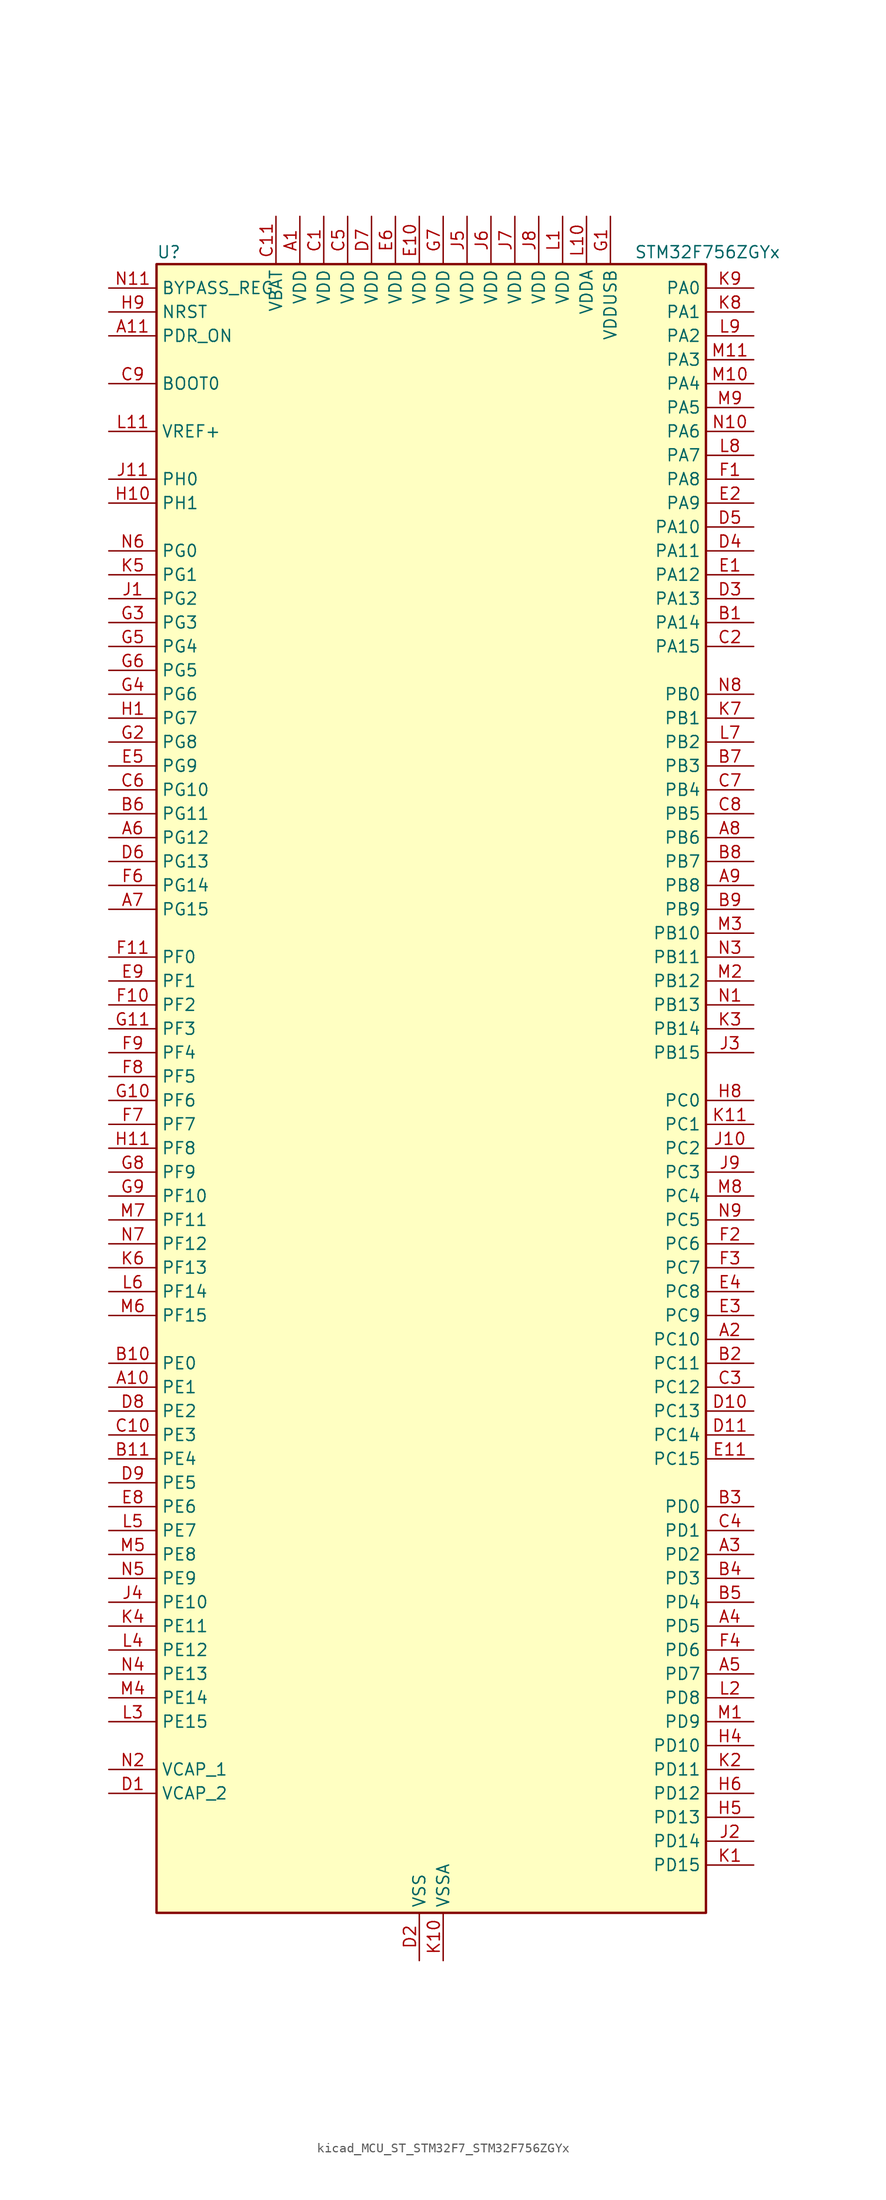
<source format=kicad_sym>
(kicad_symbol_lib
  (version 20220914)
  (generator kicad_symbol_editor)
  (symbol "kicad_MCU_ST_STM32F7_STM32F756ZGYx"
    (property "Reference" "U"
      (at -27.94 90.17 0)
      (effects (font (size 1.27 1.27)) (justify left)))
    (property "Value" "STM32F756ZGYx"
      (at 22.86 90.17 0)
      (effects (font (size 1.27 1.27)) (justify left)))
    (property "ki_locked" ""
      (at 0 0 0)
      (effects (font (size 1.27 1.27))))
    (symbol "kicad_MCU_ST_STM32F7_STM32F756ZGYx_0_1"
      (rectangle (start -27.94 -86.36) (end 30.48 88.9) (stroke (width 0.254) (type default)) (fill (type background))))
    (symbol "kicad_MCU_ST_STM32F7_STM32F756ZGYx_1_1"
      (pin power_in line (at -12.7 93.98 270) (length 5.08) (name "VDD" (effects (font (size 1.27 1.27)))) (number "A1" (effects (font (size 1.27 1.27)))))
      (pin bidirectional line (at -33.02 -30.48 0) (length 5.08) (name "PE1" (effects (font (size 1.27 1.27)))) (number "A10" (effects (font (size 1.27 1.27)))) (alternate "DCMI_D3" bidirectional line) (alternate "FMC_NBL1" bidirectional line) (alternate "LPTIM1_IN2" bidirectional line) (alternate "UART8_TX" bidirectional line))
      (pin input line (at -33.02 81.28 0) (length 5.08) (name "PDR_ON" (effects (font (size 1.27 1.27)))) (number "A11" (effects (font (size 1.27 1.27)))))
      (pin bidirectional line (at 35.56 -25.4 180) (length 5.08) (name "PC10" (effects (font (size 1.27 1.27)))) (number "A2" (effects (font (size 1.27 1.27)))) (alternate "DCMI_D8" bidirectional line) (alternate "I2S3_CK" bidirectional line) (alternate "LTDC_R2" bidirectional line) (alternate "QUADSPI_BK1_IO1" bidirectional line) (alternate "SDMMC1_D2" bidirectional line) (alternate "SPI3_SCK" bidirectional line) (alternate "UART4_TX" bidirectional line) (alternate "USART3_TX" bidirectional line))
      (pin bidirectional line (at 35.56 -48.26 180) (length 5.08) (name "PD2" (effects (font (size 1.27 1.27)))) (number "A3" (effects (font (size 1.27 1.27)))) (alternate "DCMI_D11" bidirectional line) (alternate "SDMMC1_CMD" bidirectional line) (alternate "SYS_TRACED2" bidirectional line) (alternate "TIM3_ETR" bidirectional line) (alternate "UART5_RX" bidirectional line))
      (pin bidirectional line (at 35.56 -55.88 180) (length 5.08) (name "PD5" (effects (font (size 1.27 1.27)))) (number "A4" (effects (font (size 1.27 1.27)))) (alternate "FMC_NWE" bidirectional line) (alternate "USART2_TX" bidirectional line))
      (pin bidirectional line (at 35.56 -60.96 180) (length 5.08) (name "PD7" (effects (font (size 1.27 1.27)))) (number "A5" (effects (font (size 1.27 1.27)))) (alternate "FMC_NE1" bidirectional line) (alternate "SPDIFRX_IN0" bidirectional line) (alternate "USART2_CK" bidirectional line))
      (pin bidirectional line (at -33.02 27.94 0) (length 5.08) (name "PG12" (effects (font (size 1.27 1.27)))) (number "A6" (effects (font (size 1.27 1.27)))) (alternate "FMC_NE4" bidirectional line) (alternate "LPTIM1_IN1" bidirectional line) (alternate "LTDC_B1" bidirectional line) (alternate "LTDC_B4" bidirectional line) (alternate "SPDIFRX_IN1" bidirectional line) (alternate "SPI6_MISO" bidirectional line) (alternate "USART6_DE" bidirectional line) (alternate "USART6_RTS" bidirectional line))
      (pin bidirectional line (at -33.02 20.32 0) (length 5.08) (name "PG15" (effects (font (size 1.27 1.27)))) (number "A7" (effects (font (size 1.27 1.27)))) (alternate "DCMI_D13" bidirectional line) (alternate "FMC_SDNCAS" bidirectional line) (alternate "USART6_CTS" bidirectional line))
      (pin bidirectional line (at 35.56 27.94 180) (length 5.08) (name "PB6" (effects (font (size 1.27 1.27)))) (number "A8" (effects (font (size 1.27 1.27)))) (alternate "CAN2_TX" bidirectional line) (alternate "CEC" bidirectional line) (alternate "DCMI_D5" bidirectional line) (alternate "FMC_SDNE1" bidirectional line) (alternate "I2C1_SCL" bidirectional line) (alternate "QUADSPI_BK1_NCS" bidirectional line) (alternate "TIM4_CH1" bidirectional line) (alternate "USART1_TX" bidirectional line))
      (pin bidirectional line (at 35.56 22.86 180) (length 5.08) (name "PB8" (effects (font (size 1.27 1.27)))) (number "A9" (effects (font (size 1.27 1.27)))) (alternate "CAN1_RX" bidirectional line) (alternate "DCMI_D6" bidirectional line) (alternate "ETH_TXD3" bidirectional line) (alternate "I2C1_SCL" bidirectional line) (alternate "LTDC_B6" bidirectional line) (alternate "SDMMC1_D4" bidirectional line) (alternate "TIM10_CH1" bidirectional line) (alternate "TIM4_CH3" bidirectional line))
      (pin bidirectional line (at 35.56 50.8 180) (length 5.08) (name "PA14" (effects (font (size 1.27 1.27)))) (number "B1" (effects (font (size 1.27 1.27)))) (alternate "SYS_JTCK-SWCLK" bidirectional line))
      (pin bidirectional line (at -33.02 -27.94 0) (length 5.08) (name "PE0" (effects (font (size 1.27 1.27)))) (number "B10" (effects (font (size 1.27 1.27)))) (alternate "DCMI_D2" bidirectional line) (alternate "FMC_NBL0" bidirectional line) (alternate "LPTIM1_ETR" bidirectional line) (alternate "SAI2_MCLK_A" bidirectional line) (alternate "TIM4_ETR" bidirectional line) (alternate "UART8_RX" bidirectional line))
      (pin bidirectional line (at -33.02 -38.1 0) (length 5.08) (name "PE4" (effects (font (size 1.27 1.27)))) (number "B11" (effects (font (size 1.27 1.27)))) (alternate "DCMI_D4" bidirectional line) (alternate "FMC_A20" bidirectional line) (alternate "LTDC_B0" bidirectional line) (alternate "SAI1_FS_A" bidirectional line) (alternate "SPI4_NSS" bidirectional line) (alternate "SYS_TRACED1" bidirectional line))
      (pin bidirectional line (at 35.56 -27.94 180) (length 5.08) (name "PC11" (effects (font (size 1.27 1.27)))) (number "B2" (effects (font (size 1.27 1.27)))) (alternate "ADC1_EXTI11" bidirectional line) (alternate "ADC2_EXTI11" bidirectional line) (alternate "ADC3_EXTI11" bidirectional line) (alternate "DCMI_D4" bidirectional line) (alternate "QUADSPI_BK2_NCS" bidirectional line) (alternate "SDMMC1_D3" bidirectional line) (alternate "SPI3_MISO" bidirectional line) (alternate "UART4_RX" bidirectional line) (alternate "USART3_RX" bidirectional line))
      (pin bidirectional line (at 35.56 -43.18 180) (length 5.08) (name "PD0" (effects (font (size 1.27 1.27)))) (number "B3" (effects (font (size 1.27 1.27)))) (alternate "CAN1_RX" bidirectional line) (alternate "FMC_D2" bidirectional line) (alternate "FMC_DA2" bidirectional line))
      (pin bidirectional line (at 35.56 -50.8 180) (length 5.08) (name "PD3" (effects (font (size 1.27 1.27)))) (number "B4" (effects (font (size 1.27 1.27)))) (alternate "DCMI_D5" bidirectional line) (alternate "FMC_CLK" bidirectional line) (alternate "I2S2_CK" bidirectional line) (alternate "LTDC_G7" bidirectional line) (alternate "SPI2_SCK" bidirectional line) (alternate "USART2_CTS" bidirectional line))
      (pin bidirectional line (at 35.56 -53.34 180) (length 5.08) (name "PD4" (effects (font (size 1.27 1.27)))) (number "B5" (effects (font (size 1.27 1.27)))) (alternate "FMC_NOE" bidirectional line) (alternate "USART2_DE" bidirectional line) (alternate "USART2_RTS" bidirectional line))
      (pin bidirectional line (at -33.02 30.48 0) (length 5.08) (name "PG11" (effects (font (size 1.27 1.27)))) (number "B6" (effects (font (size 1.27 1.27)))) (alternate "ADC1_EXTI11" bidirectional line) (alternate "ADC2_EXTI11" bidirectional line) (alternate "ADC3_EXTI11" bidirectional line) (alternate "DCMI_D3" bidirectional line) (alternate "ETH_TX_EN" bidirectional line) (alternate "LTDC_B3" bidirectional line) (alternate "SPDIFRX_IN0" bidirectional line))
      (pin bidirectional line (at 35.56 35.56 180) (length 5.08) (name "PB3" (effects (font (size 1.27 1.27)))) (number "B7" (effects (font (size 1.27 1.27)))) (alternate "I2S1_CK" bidirectional line) (alternate "I2S3_CK" bidirectional line) (alternate "SPI1_SCK" bidirectional line) (alternate "SPI3_SCK" bidirectional line) (alternate "SYS_JTDO-SWO" bidirectional line) (alternate "TIM2_CH2" bidirectional line))
      (pin bidirectional line (at 35.56 25.4 180) (length 5.08) (name "PB7" (effects (font (size 1.27 1.27)))) (number "B8" (effects (font (size 1.27 1.27)))) (alternate "DCMI_VSYNC" bidirectional line) (alternate "FMC_NL" bidirectional line) (alternate "I2C1_SDA" bidirectional line) (alternate "TIM4_CH2" bidirectional line) (alternate "USART1_RX" bidirectional line))
      (pin bidirectional line (at 35.56 20.32 180) (length 5.08) (name "PB9" (effects (font (size 1.27 1.27)))) (number "B9" (effects (font (size 1.27 1.27)))) (alternate "CAN1_TX" bidirectional line) (alternate "DAC_EXTI9" bidirectional line) (alternate "DCMI_D7" bidirectional line) (alternate "I2C1_SDA" bidirectional line) (alternate "I2S2_WS" bidirectional line) (alternate "LTDC_B7" bidirectional line) (alternate "SDMMC1_D5" bidirectional line) (alternate "SPI2_NSS" bidirectional line) (alternate "TIM11_CH1" bidirectional line) (alternate "TIM4_CH4" bidirectional line))
      (pin power_in line (at -10.16 93.98 270) (length 5.08) (name "VDD" (effects (font (size 1.27 1.27)))) (number "C1" (effects (font (size 1.27 1.27)))))
      (pin bidirectional line (at -33.02 -35.56 0) (length 5.08) (name "PE3" (effects (font (size 1.27 1.27)))) (number "C10" (effects (font (size 1.27 1.27)))) (alternate "FMC_A19" bidirectional line) (alternate "SAI1_SD_B" bidirectional line) (alternate "SYS_TRACED0" bidirectional line))
      (pin power_in line (at -15.24 93.98 270) (length 5.08) (name "VBAT" (effects (font (size 1.27 1.27)))) (number "C11" (effects (font (size 1.27 1.27)))))
      (pin bidirectional line (at 35.56 48.26 180) (length 5.08) (name "PA15" (effects (font (size 1.27 1.27)))) (number "C2" (effects (font (size 1.27 1.27)))) (alternate "CEC" bidirectional line) (alternate "I2S1_WS" bidirectional line) (alternate "I2S3_WS" bidirectional line) (alternate "SPI1_NSS" bidirectional line) (alternate "SPI3_NSS" bidirectional line) (alternate "SYS_JTDI" bidirectional line) (alternate "TIM2_CH1" bidirectional line) (alternate "TIM2_ETR" bidirectional line) (alternate "UART4_DE" bidirectional line) (alternate "UART4_RTS" bidirectional line))
      (pin bidirectional line (at 35.56 -30.48 180) (length 5.08) (name "PC12" (effects (font (size 1.27 1.27)))) (number "C3" (effects (font (size 1.27 1.27)))) (alternate "DCMI_D9" bidirectional line) (alternate "I2S3_SD" bidirectional line) (alternate "SDMMC1_CK" bidirectional line) (alternate "SPI3_MOSI" bidirectional line) (alternate "SYS_TRACED3" bidirectional line) (alternate "UART5_TX" bidirectional line) (alternate "USART3_CK" bidirectional line))
      (pin bidirectional line (at 35.56 -45.72 180) (length 5.08) (name "PD1" (effects (font (size 1.27 1.27)))) (number "C4" (effects (font (size 1.27 1.27)))) (alternate "CAN1_TX" bidirectional line) (alternate "FMC_D3" bidirectional line) (alternate "FMC_DA3" bidirectional line))
      (pin power_in line (at -7.62 93.98 270) (length 5.08) (name "VDD" (effects (font (size 1.27 1.27)))) (number "C5" (effects (font (size 1.27 1.27)))))
      (pin bidirectional line (at -33.02 33.02 0) (length 5.08) (name "PG10" (effects (font (size 1.27 1.27)))) (number "C6" (effects (font (size 1.27 1.27)))) (alternate "DCMI_D2" bidirectional line) (alternate "FMC_NE3" bidirectional line) (alternate "LTDC_B2" bidirectional line) (alternate "LTDC_G3" bidirectional line) (alternate "SAI2_SD_B" bidirectional line))
      (pin bidirectional line (at 35.56 33.02 180) (length 5.08) (name "PB4" (effects (font (size 1.27 1.27)))) (number "C7" (effects (font (size 1.27 1.27)))) (alternate "I2S2_WS" bidirectional line) (alternate "SPI1_MISO" bidirectional line) (alternate "SPI2_NSS" bidirectional line) (alternate "SPI3_MISO" bidirectional line) (alternate "SYS_JTRST" bidirectional line) (alternate "TIM3_CH1" bidirectional line))
      (pin bidirectional line (at 35.56 30.48 180) (length 5.08) (name "PB5" (effects (font (size 1.27 1.27)))) (number "C8" (effects (font (size 1.27 1.27)))) (alternate "CAN2_RX" bidirectional line) (alternate "DCMI_D10" bidirectional line) (alternate "ETH_PPS_OUT" bidirectional line) (alternate "FMC_SDCKE1" bidirectional line) (alternate "I2C1_SMBA" bidirectional line) (alternate "I2S1_SD" bidirectional line) (alternate "I2S3_SD" bidirectional line) (alternate "SPI1_MOSI" bidirectional line) (alternate "SPI3_MOSI" bidirectional line) (alternate "TIM3_CH2" bidirectional line) (alternate "USB_OTG_HS_ULPI_D7" bidirectional line))
      (pin input line (at -33.02 76.2 0) (length 5.08) (name "BOOT0" (effects (font (size 1.27 1.27)))) (number "C9" (effects (font (size 1.27 1.27)))))
      (pin power_out line (at -33.02 -73.66 0) (length 5.08) (name "VCAP_2" (effects (font (size 1.27 1.27)))) (number "D1" (effects (font (size 1.27 1.27)))))
      (pin bidirectional line (at 35.56 -33.02 180) (length 5.08) (name "PC13" (effects (font (size 1.27 1.27)))) (number "D10" (effects (font (size 1.27 1.27)))) (alternate "RTC_OUT" bidirectional line) (alternate "RTC_TAMP1" bidirectional line) (alternate "RTC_TS" bidirectional line) (alternate "SYS_WKUP4" bidirectional line))
      (pin bidirectional line (at 35.56 -35.56 180) (length 5.08) (name "PC14" (effects (font (size 1.27 1.27)))) (number "D11" (effects (font (size 1.27 1.27)))) (alternate "RCC_OSC32_IN" bidirectional line))
      (pin power_in line (at 0 -91.44 90) (length 5.08) (name "VSS" (effects (font (size 1.27 1.27)))) (number "D2" (effects (font (size 1.27 1.27)))))
      (pin bidirectional line (at 35.56 53.34 180) (length 5.08) (name "PA13" (effects (font (size 1.27 1.27)))) (number "D3" (effects (font (size 1.27 1.27)))) (alternate "SYS_JTMS-SWDIO" bidirectional line))
      (pin bidirectional line (at 35.56 58.42 180) (length 5.08) (name "PA11" (effects (font (size 1.27 1.27)))) (number "D4" (effects (font (size 1.27 1.27)))) (alternate "ADC1_EXTI11" bidirectional line) (alternate "ADC2_EXTI11" bidirectional line) (alternate "ADC3_EXTI11" bidirectional line) (alternate "CAN1_RX" bidirectional line) (alternate "LTDC_R4" bidirectional line) (alternate "TIM1_CH4" bidirectional line) (alternate "USART1_CTS" bidirectional line) (alternate "USB_OTG_FS_DM" bidirectional line))
      (pin bidirectional line (at 35.56 60.96 180) (length 5.08) (name "PA10" (effects (font (size 1.27 1.27)))) (number "D5" (effects (font (size 1.27 1.27)))) (alternate "DCMI_D1" bidirectional line) (alternate "TIM1_CH3" bidirectional line) (alternate "USART1_RX" bidirectional line) (alternate "USB_OTG_FS_ID" bidirectional line))
      (pin bidirectional line (at -33.02 25.4 0) (length 5.08) (name "PG13" (effects (font (size 1.27 1.27)))) (number "D6" (effects (font (size 1.27 1.27)))) (alternate "ETH_TXD0" bidirectional line) (alternate "FMC_A24" bidirectional line) (alternate "LPTIM1_OUT" bidirectional line) (alternate "LTDC_R0" bidirectional line) (alternate "SPI6_SCK" bidirectional line) (alternate "SYS_TRACED0" bidirectional line) (alternate "USART6_CTS" bidirectional line))
      (pin power_in line (at -5.08 93.98 270) (length 5.08) (name "VDD" (effects (font (size 1.27 1.27)))) (number "D7" (effects (font (size 1.27 1.27)))))
      (pin bidirectional line (at -33.02 -33.02 0) (length 5.08) (name "PE2" (effects (font (size 1.27 1.27)))) (number "D8" (effects (font (size 1.27 1.27)))) (alternate "ETH_TXD3" bidirectional line) (alternate "FMC_A23" bidirectional line) (alternate "QUADSPI_BK1_IO2" bidirectional line) (alternate "SAI1_MCLK_A" bidirectional line) (alternate "SPI4_SCK" bidirectional line) (alternate "SYS_TRACECLK" bidirectional line))
      (pin bidirectional line (at -33.02 -40.64 0) (length 5.08) (name "PE5" (effects (font (size 1.27 1.27)))) (number "D9" (effects (font (size 1.27 1.27)))) (alternate "DCMI_D6" bidirectional line) (alternate "FMC_A21" bidirectional line) (alternate "LTDC_G0" bidirectional line) (alternate "SAI1_SCK_A" bidirectional line) (alternate "SPI4_MISO" bidirectional line) (alternate "SYS_TRACED2" bidirectional line) (alternate "TIM9_CH1" bidirectional line))
      (pin bidirectional line (at 35.56 55.88 180) (length 5.08) (name "PA12" (effects (font (size 1.27 1.27)))) (number "E1" (effects (font (size 1.27 1.27)))) (alternate "CAN1_TX" bidirectional line) (alternate "LTDC_R5" bidirectional line) (alternate "SAI2_FS_B" bidirectional line) (alternate "TIM1_ETR" bidirectional line) (alternate "USART1_DE" bidirectional line) (alternate "USART1_RTS" bidirectional line) (alternate "USB_OTG_FS_DP" bidirectional line))
      (pin power_in line (at 0 93.98 270) (length 5.08) (name "VDD" (effects (font (size 1.27 1.27)))) (number "E10" (effects (font (size 1.27 1.27)))))
      (pin bidirectional line (at 35.56 -38.1 180) (length 5.08) (name "PC15" (effects (font (size 1.27 1.27)))) (number "E11" (effects (font (size 1.27 1.27)))) (alternate "RCC_OSC32_OUT" bidirectional line))
      (pin bidirectional line (at 35.56 63.5 180) (length 5.08) (name "PA9" (effects (font (size 1.27 1.27)))) (number "E2" (effects (font (size 1.27 1.27)))) (alternate "DAC_EXTI9" bidirectional line) (alternate "DCMI_D0" bidirectional line) (alternate "I2C3_SMBA" bidirectional line) (alternate "I2S2_CK" bidirectional line) (alternate "SPI2_SCK" bidirectional line) (alternate "TIM1_CH2" bidirectional line) (alternate "USART1_TX" bidirectional line) (alternate "USB_OTG_FS_VBUS" bidirectional line))
      (pin bidirectional line (at 35.56 -22.86 180) (length 5.08) (name "PC9" (effects (font (size 1.27 1.27)))) (number "E3" (effects (font (size 1.27 1.27)))) (alternate "DAC_EXTI9" bidirectional line) (alternate "DCMI_D3" bidirectional line) (alternate "I2C3_SDA" bidirectional line) (alternate "I2S_CKIN" bidirectional line) (alternate "QUADSPI_BK1_IO0" bidirectional line) (alternate "RCC_MCO_2" bidirectional line) (alternate "SDMMC1_D1" bidirectional line) (alternate "TIM3_CH4" bidirectional line) (alternate "TIM8_CH4" bidirectional line) (alternate "UART5_CTS" bidirectional line))
      (pin bidirectional line (at 35.56 -20.32 180) (length 5.08) (name "PC8" (effects (font (size 1.27 1.27)))) (number "E4" (effects (font (size 1.27 1.27)))) (alternate "DCMI_D2" bidirectional line) (alternate "SDMMC1_D0" bidirectional line) (alternate "SYS_TRACED1" bidirectional line) (alternate "TIM3_CH3" bidirectional line) (alternate "TIM8_CH3" bidirectional line) (alternate "UART5_DE" bidirectional line) (alternate "UART5_RTS" bidirectional line) (alternate "USART6_CK" bidirectional line))
      (pin bidirectional line (at -33.02 35.56 0) (length 5.08) (name "PG9" (effects (font (size 1.27 1.27)))) (number "E5" (effects (font (size 1.27 1.27)))) (alternate "DAC_EXTI9" bidirectional line) (alternate "DCMI_VSYNC" bidirectional line) (alternate "FMC_NCE" bidirectional line) (alternate "FMC_NE2" bidirectional line) (alternate "QUADSPI_BK2_IO2" bidirectional line) (alternate "SAI2_FS_B" bidirectional line) (alternate "SPDIFRX_IN3" bidirectional line) (alternate "USART6_RX" bidirectional line))
      (pin power_in line (at -2.54 93.98 270) (length 5.08) (name "VDD" (effects (font (size 1.27 1.27)))) (number "E6" (effects (font (size 1.27 1.27)))))
      (pin passive line (at 0 -91.44 90) (length 5.08) hide (name "VSS" (effects (font (size 1.27 1.27)))) (number "E7" (effects (font (size 1.27 1.27)))))
      (pin bidirectional line (at -33.02 -43.18 0) (length 5.08) (name "PE6" (effects (font (size 1.27 1.27)))) (number "E8" (effects (font (size 1.27 1.27)))) (alternate "DCMI_D7" bidirectional line) (alternate "FMC_A22" bidirectional line) (alternate "LTDC_G1" bidirectional line) (alternate "SAI1_SD_A" bidirectional line) (alternate "SAI2_MCLK_B" bidirectional line) (alternate "SPI4_MOSI" bidirectional line) (alternate "SYS_TRACED3" bidirectional line) (alternate "TIM1_BKIN2" bidirectional line) (alternate "TIM9_CH2" bidirectional line))
      (pin bidirectional line (at -33.02 12.7 0) (length 5.08) (name "PF1" (effects (font (size 1.27 1.27)))) (number "E9" (effects (font (size 1.27 1.27)))) (alternate "FMC_A1" bidirectional line) (alternate "I2C2_SCL" bidirectional line))
      (pin bidirectional line (at 35.56 66.04 180) (length 5.08) (name "PA8" (effects (font (size 1.27 1.27)))) (number "F1" (effects (font (size 1.27 1.27)))) (alternate "I2C3_SCL" bidirectional line) (alternate "LTDC_R6" bidirectional line) (alternate "RCC_MCO_1" bidirectional line) (alternate "TIM1_CH1" bidirectional line) (alternate "TIM8_BKIN2" bidirectional line) (alternate "USART1_CK" bidirectional line) (alternate "USB_OTG_FS_SOF" bidirectional line))
      (pin bidirectional line (at -33.02 10.16 0) (length 5.08) (name "PF2" (effects (font (size 1.27 1.27)))) (number "F10" (effects (font (size 1.27 1.27)))) (alternate "FMC_A2" bidirectional line) (alternate "I2C2_SMBA" bidirectional line))
      (pin bidirectional line (at -33.02 15.24 0) (length 5.08) (name "PF0" (effects (font (size 1.27 1.27)))) (number "F11" (effects (font (size 1.27 1.27)))) (alternate "FMC_A0" bidirectional line) (alternate "I2C2_SDA" bidirectional line))
      (pin bidirectional line (at 35.56 -15.24 180) (length 5.08) (name "PC6" (effects (font (size 1.27 1.27)))) (number "F2" (effects (font (size 1.27 1.27)))) (alternate "DCMI_D0" bidirectional line) (alternate "I2S2_MCK" bidirectional line) (alternate "LTDC_HSYNC" bidirectional line) (alternate "SDMMC1_D6" bidirectional line) (alternate "TIM3_CH1" bidirectional line) (alternate "TIM8_CH1" bidirectional line) (alternate "USART6_TX" bidirectional line))
      (pin bidirectional line (at 35.56 -17.78 180) (length 5.08) (name "PC7" (effects (font (size 1.27 1.27)))) (number "F3" (effects (font (size 1.27 1.27)))) (alternate "DCMI_D1" bidirectional line) (alternate "I2S3_MCK" bidirectional line) (alternate "LTDC_G6" bidirectional line) (alternate "SDMMC1_D7" bidirectional line) (alternate "TIM3_CH2" bidirectional line) (alternate "TIM8_CH2" bidirectional line) (alternate "USART6_RX" bidirectional line))
      (pin bidirectional line (at 35.56 -58.42 180) (length 5.08) (name "PD6" (effects (font (size 1.27 1.27)))) (number "F4" (effects (font (size 1.27 1.27)))) (alternate "DCMI_D10" bidirectional line) (alternate "FMC_NWAIT" bidirectional line) (alternate "I2S3_SD" bidirectional line) (alternate "LTDC_B2" bidirectional line) (alternate "SAI1_SD_A" bidirectional line) (alternate "SPI3_MOSI" bidirectional line) (alternate "USART2_RX" bidirectional line))
      (pin passive line (at 0 -91.44 90) (length 5.08) hide (name "VSS" (effects (font (size 1.27 1.27)))) (number "F5" (effects (font (size 1.27 1.27)))))
      (pin bidirectional line (at -33.02 22.86 0) (length 5.08) (name "PG14" (effects (font (size 1.27 1.27)))) (number "F6" (effects (font (size 1.27 1.27)))) (alternate "ETH_TXD1" bidirectional line) (alternate "FMC_A25" bidirectional line) (alternate "LPTIM1_ETR" bidirectional line) (alternate "LTDC_B0" bidirectional line) (alternate "QUADSPI_BK2_IO3" bidirectional line) (alternate "SPI6_MOSI" bidirectional line) (alternate "SYS_TRACED1" bidirectional line) (alternate "USART6_TX" bidirectional line))
      (pin bidirectional line (at -33.02 -2.54 0) (length 5.08) (name "PF7" (effects (font (size 1.27 1.27)))) (number "F7" (effects (font (size 1.27 1.27)))) (alternate "ADC3_IN5" bidirectional line) (alternate "QUADSPI_BK1_IO2" bidirectional line) (alternate "SAI1_MCLK_B" bidirectional line) (alternate "SPI5_SCK" bidirectional line) (alternate "TIM11_CH1" bidirectional line) (alternate "UART7_TX" bidirectional line))
      (pin bidirectional line (at -33.02 2.54 0) (length 5.08) (name "PF5" (effects (font (size 1.27 1.27)))) (number "F8" (effects (font (size 1.27 1.27)))) (alternate "ADC3_IN15" bidirectional line) (alternate "FMC_A5" bidirectional line))
      (pin bidirectional line (at -33.02 5.08 0) (length 5.08) (name "PF4" (effects (font (size 1.27 1.27)))) (number "F9" (effects (font (size 1.27 1.27)))) (alternate "ADC3_IN14" bidirectional line) (alternate "FMC_A4" bidirectional line))
      (pin power_in line (at 20.32 93.98 270) (length 5.08) (name "VDDUSB" (effects (font (size 1.27 1.27)))) (number "G1" (effects (font (size 1.27 1.27)))))
      (pin bidirectional line (at -33.02 0 0) (length 5.08) (name "PF6" (effects (font (size 1.27 1.27)))) (number "G10" (effects (font (size 1.27 1.27)))) (alternate "ADC3_IN4" bidirectional line) (alternate "QUADSPI_BK1_IO3" bidirectional line) (alternate "SAI1_SD_B" bidirectional line) (alternate "SPI5_NSS" bidirectional line) (alternate "TIM10_CH1" bidirectional line) (alternate "UART7_RX" bidirectional line))
      (pin bidirectional line (at -33.02 7.62 0) (length 5.08) (name "PF3" (effects (font (size 1.27 1.27)))) (number "G11" (effects (font (size 1.27 1.27)))) (alternate "ADC3_IN9" bidirectional line) (alternate "FMC_A3" bidirectional line))
      (pin bidirectional line (at -33.02 38.1 0) (length 5.08) (name "PG8" (effects (font (size 1.27 1.27)))) (number "G2" (effects (font (size 1.27 1.27)))) (alternate "ETH_PPS_OUT" bidirectional line) (alternate "FMC_SDCLK" bidirectional line) (alternate "SPDIFRX_IN2" bidirectional line) (alternate "SPI6_NSS" bidirectional line) (alternate "USART6_DE" bidirectional line) (alternate "USART6_RTS" bidirectional line))
      (pin bidirectional line (at -33.02 50.8 0) (length 5.08) (name "PG3" (effects (font (size 1.27 1.27)))) (number "G3" (effects (font (size 1.27 1.27)))) (alternate "FMC_A13" bidirectional line))
      (pin bidirectional line (at -33.02 43.18 0) (length 5.08) (name "PG6" (effects (font (size 1.27 1.27)))) (number "G4" (effects (font (size 1.27 1.27)))) (alternate "DCMI_D12" bidirectional line) (alternate "LTDC_R7" bidirectional line))
      (pin bidirectional line (at -33.02 48.26 0) (length 5.08) (name "PG4" (effects (font (size 1.27 1.27)))) (number "G5" (effects (font (size 1.27 1.27)))) (alternate "FMC_A14" bidirectional line) (alternate "FMC_BA0" bidirectional line))
      (pin bidirectional line (at -33.02 45.72 0) (length 5.08) (name "PG5" (effects (font (size 1.27 1.27)))) (number "G6" (effects (font (size 1.27 1.27)))) (alternate "FMC_A15" bidirectional line) (alternate "FMC_BA1" bidirectional line))
      (pin power_in line (at 2.54 93.98 270) (length 5.08) (name "VDD" (effects (font (size 1.27 1.27)))) (number "G7" (effects (font (size 1.27 1.27)))))
      (pin bidirectional line (at -33.02 -7.62 0) (length 5.08) (name "PF9" (effects (font (size 1.27 1.27)))) (number "G8" (effects (font (size 1.27 1.27)))) (alternate "ADC3_IN7" bidirectional line) (alternate "DAC_EXTI9" bidirectional line) (alternate "QUADSPI_BK1_IO1" bidirectional line) (alternate "SAI1_FS_B" bidirectional line) (alternate "SPI5_MOSI" bidirectional line) (alternate "TIM14_CH1" bidirectional line) (alternate "UART7_CTS" bidirectional line))
      (pin bidirectional line (at -33.02 -10.16 0) (length 5.08) (name "PF10" (effects (font (size 1.27 1.27)))) (number "G9" (effects (font (size 1.27 1.27)))) (alternate "ADC3_IN8" bidirectional line) (alternate "DCMI_D11" bidirectional line) (alternate "LTDC_DE" bidirectional line))
      (pin bidirectional line (at -33.02 40.64 0) (length 5.08) (name "PG7" (effects (font (size 1.27 1.27)))) (number "H1" (effects (font (size 1.27 1.27)))) (alternate "DCMI_D13" bidirectional line) (alternate "FMC_INT" bidirectional line) (alternate "LTDC_CLK" bidirectional line) (alternate "USART6_CK" bidirectional line))
      (pin bidirectional line (at -33.02 63.5 0) (length 5.08) (name "PH1" (effects (font (size 1.27 1.27)))) (number "H10" (effects (font (size 1.27 1.27)))) (alternate "RCC_OSC_OUT" bidirectional line))
      (pin bidirectional line (at -33.02 -5.08 0) (length 5.08) (name "PF8" (effects (font (size 1.27 1.27)))) (number "H11" (effects (font (size 1.27 1.27)))) (alternate "ADC3_IN6" bidirectional line) (alternate "QUADSPI_BK1_IO0" bidirectional line) (alternate "SAI1_SCK_B" bidirectional line) (alternate "SPI5_MISO" bidirectional line) (alternate "TIM13_CH1" bidirectional line) (alternate "UART7_DE" bidirectional line) (alternate "UART7_RTS" bidirectional line))
      (pin passive line (at 0 -91.44 90) (length 5.08) hide (name "VSS" (effects (font (size 1.27 1.27)))) (number "H2" (effects (font (size 1.27 1.27)))))
      (pin passive line (at 0 -91.44 90) (length 5.08) hide (name "VSS" (effects (font (size 1.27 1.27)))) (number "H3" (effects (font (size 1.27 1.27)))))
      (pin bidirectional line (at 35.56 -68.58 180) (length 5.08) (name "PD10" (effects (font (size 1.27 1.27)))) (number "H4" (effects (font (size 1.27 1.27)))) (alternate "FMC_D15" bidirectional line) (alternate "FMC_DA15" bidirectional line) (alternate "LTDC_B3" bidirectional line) (alternate "USART3_CK" bidirectional line))
      (pin bidirectional line (at 35.56 -76.2 180) (length 5.08) (name "PD13" (effects (font (size 1.27 1.27)))) (number "H5" (effects (font (size 1.27 1.27)))) (alternate "FMC_A18" bidirectional line) (alternate "I2C4_SDA" bidirectional line) (alternate "LPTIM1_OUT" bidirectional line) (alternate "QUADSPI_BK1_IO3" bidirectional line) (alternate "SAI2_SCK_A" bidirectional line) (alternate "TIM4_CH2" bidirectional line))
      (pin bidirectional line (at 35.56 -73.66 180) (length 5.08) (name "PD12" (effects (font (size 1.27 1.27)))) (number "H6" (effects (font (size 1.27 1.27)))) (alternate "FMC_A17" bidirectional line) (alternate "FMC_ALE" bidirectional line) (alternate "I2C4_SCL" bidirectional line) (alternate "LPTIM1_IN1" bidirectional line) (alternate "QUADSPI_BK1_IO1" bidirectional line) (alternate "SAI2_FS_A" bidirectional line) (alternate "TIM4_CH1" bidirectional line) (alternate "USART3_DE" bidirectional line) (alternate "USART3_RTS" bidirectional line))
      (pin passive line (at 0 -91.44 90) (length 5.08) hide (name "VSS" (effects (font (size 1.27 1.27)))) (number "H7" (effects (font (size 1.27 1.27)))))
      (pin bidirectional line (at 35.56 0 180) (length 5.08) (name "PC0" (effects (font (size 1.27 1.27)))) (number "H8" (effects (font (size 1.27 1.27)))) (alternate "ADC1_IN10" bidirectional line) (alternate "ADC2_IN10" bidirectional line) (alternate "ADC3_IN10" bidirectional line) (alternate "FMC_SDNWE" bidirectional line) (alternate "LTDC_R5" bidirectional line) (alternate "SAI2_FS_B" bidirectional line) (alternate "USB_OTG_HS_ULPI_STP" bidirectional line))
      (pin input line (at -33.02 83.82 0) (length 5.08) (name "NRST" (effects (font (size 1.27 1.27)))) (number "H9" (effects (font (size 1.27 1.27)))))
      (pin bidirectional line (at -33.02 53.34 0) (length 5.08) (name "PG2" (effects (font (size 1.27 1.27)))) (number "J1" (effects (font (size 1.27 1.27)))) (alternate "FMC_A12" bidirectional line))
      (pin bidirectional line (at 35.56 -5.08 180) (length 5.08) (name "PC2" (effects (font (size 1.27 1.27)))) (number "J10" (effects (font (size 1.27 1.27)))) (alternate "ADC1_IN12" bidirectional line) (alternate "ADC2_IN12" bidirectional line) (alternate "ADC3_IN12" bidirectional line) (alternate "ETH_TXD2" bidirectional line) (alternate "FMC_SDNE0" bidirectional line) (alternate "SPI2_MISO" bidirectional line) (alternate "USB_OTG_HS_ULPI_DIR" bidirectional line))
      (pin bidirectional line (at -33.02 66.04 0) (length 5.08) (name "PH0" (effects (font (size 1.27 1.27)))) (number "J11" (effects (font (size 1.27 1.27)))) (alternate "RCC_OSC_IN" bidirectional line))
      (pin bidirectional line (at 35.56 -78.74 180) (length 5.08) (name "PD14" (effects (font (size 1.27 1.27)))) (number "J2" (effects (font (size 1.27 1.27)))) (alternate "FMC_D0" bidirectional line) (alternate "FMC_DA0" bidirectional line) (alternate "TIM4_CH3" bidirectional line) (alternate "UART8_CTS" bidirectional line))
      (pin bidirectional line (at 35.56 5.08 180) (length 5.08) (name "PB15" (effects (font (size 1.27 1.27)))) (number "J3" (effects (font (size 1.27 1.27)))) (alternate "I2S2_SD" bidirectional line) (alternate "RTC_REFIN" bidirectional line) (alternate "SPI2_MOSI" bidirectional line) (alternate "TIM12_CH2" bidirectional line) (alternate "TIM1_CH3N" bidirectional line) (alternate "TIM8_CH3N" bidirectional line) (alternate "USB_OTG_HS_DP" bidirectional line))
      (pin bidirectional line (at -33.02 -53.34 0) (length 5.08) (name "PE10" (effects (font (size 1.27 1.27)))) (number "J4" (effects (font (size 1.27 1.27)))) (alternate "FMC_D7" bidirectional line) (alternate "FMC_DA7" bidirectional line) (alternate "QUADSPI_BK2_IO3" bidirectional line) (alternate "TIM1_CH2N" bidirectional line) (alternate "UART7_CTS" bidirectional line))
      (pin power_in line (at 5.08 93.98 270) (length 5.08) (name "VDD" (effects (font (size 1.27 1.27)))) (number "J5" (effects (font (size 1.27 1.27)))))
      (pin power_in line (at 7.62 93.98 270) (length 5.08) (name "VDD" (effects (font (size 1.27 1.27)))) (number "J6" (effects (font (size 1.27 1.27)))))
      (pin power_in line (at 10.16 93.98 270) (length 5.08) (name "VDD" (effects (font (size 1.27 1.27)))) (number "J7" (effects (font (size 1.27 1.27)))))
      (pin power_in line (at 12.7 93.98 270) (length 5.08) (name "VDD" (effects (font (size 1.27 1.27)))) (number "J8" (effects (font (size 1.27 1.27)))))
      (pin bidirectional line (at 35.56 -7.62 180) (length 5.08) (name "PC3" (effects (font (size 1.27 1.27)))) (number "J9" (effects (font (size 1.27 1.27)))) (alternate "ADC1_IN13" bidirectional line) (alternate "ADC2_IN13" bidirectional line) (alternate "ADC3_IN13" bidirectional line) (alternate "ETH_TX_CLK" bidirectional line) (alternate "FMC_SDCKE0" bidirectional line) (alternate "I2S2_SD" bidirectional line) (alternate "SPI2_MOSI" bidirectional line) (alternate "USB_OTG_HS_ULPI_NXT" bidirectional line))
      (pin bidirectional line (at 35.56 -81.28 180) (length 5.08) (name "PD15" (effects (font (size 1.27 1.27)))) (number "K1" (effects (font (size 1.27 1.27)))) (alternate "FMC_D1" bidirectional line) (alternate "FMC_DA1" bidirectional line) (alternate "TIM4_CH4" bidirectional line) (alternate "UART8_DE" bidirectional line) (alternate "UART8_RTS" bidirectional line))
      (pin power_in line (at 2.54 -91.44 90) (length 5.08) (name "VSSA" (effects (font (size 1.27 1.27)))) (number "K10" (effects (font (size 1.27 1.27)))))
      (pin bidirectional line (at 35.56 -2.54 180) (length 5.08) (name "PC1" (effects (font (size 1.27 1.27)))) (number "K11" (effects (font (size 1.27 1.27)))) (alternate "ADC1_IN11" bidirectional line) (alternate "ADC2_IN11" bidirectional line) (alternate "ADC3_IN11" bidirectional line) (alternate "ETH_MDC" bidirectional line) (alternate "I2S2_SD" bidirectional line) (alternate "RTC_TAMP3" bidirectional line) (alternate "RTC_TS" bidirectional line) (alternate "SAI1_SD_A" bidirectional line) (alternate "SPI2_MOSI" bidirectional line) (alternate "SYS_TRACED0" bidirectional line) (alternate "SYS_WKUP3" bidirectional line))
      (pin bidirectional line (at 35.56 -71.12 180) (length 5.08) (name "PD11" (effects (font (size 1.27 1.27)))) (number "K2" (effects (font (size 1.27 1.27)))) (alternate "ADC1_EXTI11" bidirectional line) (alternate "ADC2_EXTI11" bidirectional line) (alternate "ADC3_EXTI11" bidirectional line) (alternate "FMC_A16" bidirectional line) (alternate "FMC_CLE" bidirectional line) (alternate "I2C4_SMBA" bidirectional line) (alternate "QUADSPI_BK1_IO0" bidirectional line) (alternate "SAI2_SD_A" bidirectional line) (alternate "USART3_CTS" bidirectional line))
      (pin bidirectional line (at 35.56 7.62 180) (length 5.08) (name "PB14" (effects (font (size 1.27 1.27)))) (number "K3" (effects (font (size 1.27 1.27)))) (alternate "SPI2_MISO" bidirectional line) (alternate "TIM12_CH1" bidirectional line) (alternate "TIM1_CH2N" bidirectional line) (alternate "TIM8_CH2N" bidirectional line) (alternate "USART3_DE" bidirectional line) (alternate "USART3_RTS" bidirectional line) (alternate "USB_OTG_HS_DM" bidirectional line))
      (pin bidirectional line (at -33.02 -55.88 0) (length 5.08) (name "PE11" (effects (font (size 1.27 1.27)))) (number "K4" (effects (font (size 1.27 1.27)))) (alternate "ADC1_EXTI11" bidirectional line) (alternate "ADC2_EXTI11" bidirectional line) (alternate "ADC3_EXTI11" bidirectional line) (alternate "FMC_D8" bidirectional line) (alternate "FMC_DA8" bidirectional line) (alternate "LTDC_G3" bidirectional line) (alternate "SAI2_SD_B" bidirectional line) (alternate "SPI4_NSS" bidirectional line) (alternate "TIM1_CH2" bidirectional line))
      (pin bidirectional line (at -33.02 55.88 0) (length 5.08) (name "PG1" (effects (font (size 1.27 1.27)))) (number "K5" (effects (font (size 1.27 1.27)))) (alternate "FMC_A11" bidirectional line))
      (pin bidirectional line (at -33.02 -17.78 0) (length 5.08) (name "PF13" (effects (font (size 1.27 1.27)))) (number "K6" (effects (font (size 1.27 1.27)))) (alternate "FMC_A7" bidirectional line) (alternate "I2C4_SMBA" bidirectional line))
      (pin bidirectional line (at 35.56 40.64 180) (length 5.08) (name "PB1" (effects (font (size 1.27 1.27)))) (number "K7" (effects (font (size 1.27 1.27)))) (alternate "ADC1_IN9" bidirectional line) (alternate "ADC2_IN9" bidirectional line) (alternate "ETH_RXD3" bidirectional line) (alternate "LTDC_R6" bidirectional line) (alternate "TIM1_CH3N" bidirectional line) (alternate "TIM3_CH4" bidirectional line) (alternate "TIM8_CH3N" bidirectional line) (alternate "USB_OTG_HS_ULPI_D2" bidirectional line))
      (pin bidirectional line (at 35.56 83.82 180) (length 5.08) (name "PA1" (effects (font (size 1.27 1.27)))) (number "K8" (effects (font (size 1.27 1.27)))) (alternate "ADC1_IN1" bidirectional line) (alternate "ADC2_IN1" bidirectional line) (alternate "ADC3_IN1" bidirectional line) (alternate "ETH_REF_CLK" bidirectional line) (alternate "ETH_RX_CLK" bidirectional line) (alternate "LTDC_R2" bidirectional line) (alternate "QUADSPI_BK1_IO3" bidirectional line) (alternate "SAI2_MCLK_B" bidirectional line) (alternate "TIM2_CH2" bidirectional line) (alternate "TIM5_CH2" bidirectional line) (alternate "UART4_RX" bidirectional line) (alternate "USART2_DE" bidirectional line) (alternate "USART2_RTS" bidirectional line))
      (pin bidirectional line (at 35.56 86.36 180) (length 5.08) (name "PA0" (effects (font (size 1.27 1.27)))) (number "K9" (effects (font (size 1.27 1.27)))) (alternate "ADC1_IN0" bidirectional line) (alternate "ADC2_IN0" bidirectional line) (alternate "ADC3_IN0" bidirectional line) (alternate "ETH_CRS" bidirectional line) (alternate "SAI2_SD_B" bidirectional line) (alternate "SYS_WKUP1" bidirectional line) (alternate "TIM2_CH1" bidirectional line) (alternate "TIM2_ETR" bidirectional line) (alternate "TIM5_CH1" bidirectional line) (alternate "TIM8_ETR" bidirectional line) (alternate "UART4_TX" bidirectional line) (alternate "USART2_CTS" bidirectional line))
      (pin power_in line (at 15.24 93.98 270) (length 5.08) (name "VDD" (effects (font (size 1.27 1.27)))) (number "L1" (effects (font (size 1.27 1.27)))))
      (pin power_in line (at 17.78 93.98 270) (length 5.08) (name "VDDA" (effects (font (size 1.27 1.27)))) (number "L10" (effects (font (size 1.27 1.27)))))
      (pin input line (at -33.02 71.12 0) (length 5.08) (name "VREF+" (effects (font (size 1.27 1.27)))) (number "L11" (effects (font (size 1.27 1.27)))))
      (pin bidirectional line (at 35.56 -63.5 180) (length 5.08) (name "PD8" (effects (font (size 1.27 1.27)))) (number "L2" (effects (font (size 1.27 1.27)))) (alternate "FMC_D13" bidirectional line) (alternate "FMC_DA13" bidirectional line) (alternate "SPDIFRX_IN1" bidirectional line) (alternate "USART3_TX" bidirectional line))
      (pin bidirectional line (at -33.02 -66.04 0) (length 5.08) (name "PE15" (effects (font (size 1.27 1.27)))) (number "L3" (effects (font (size 1.27 1.27)))) (alternate "FMC_D12" bidirectional line) (alternate "FMC_DA12" bidirectional line) (alternate "LTDC_R7" bidirectional line) (alternate "TIM1_BKIN" bidirectional line))
      (pin bidirectional line (at -33.02 -58.42 0) (length 5.08) (name "PE12" (effects (font (size 1.27 1.27)))) (number "L4" (effects (font (size 1.27 1.27)))) (alternate "FMC_D9" bidirectional line) (alternate "FMC_DA9" bidirectional line) (alternate "LTDC_B4" bidirectional line) (alternate "SAI2_SCK_B" bidirectional line) (alternate "SPI4_SCK" bidirectional line) (alternate "TIM1_CH3N" bidirectional line))
      (pin bidirectional line (at -33.02 -45.72 0) (length 5.08) (name "PE7" (effects (font (size 1.27 1.27)))) (number "L5" (effects (font (size 1.27 1.27)))) (alternate "FMC_D4" bidirectional line) (alternate "FMC_DA4" bidirectional line) (alternate "QUADSPI_BK2_IO0" bidirectional line) (alternate "TIM1_ETR" bidirectional line) (alternate "UART7_RX" bidirectional line))
      (pin bidirectional line (at -33.02 -20.32 0) (length 5.08) (name "PF14" (effects (font (size 1.27 1.27)))) (number "L6" (effects (font (size 1.27 1.27)))) (alternate "FMC_A8" bidirectional line) (alternate "I2C4_SCL" bidirectional line))
      (pin bidirectional line (at 35.56 38.1 180) (length 5.08) (name "PB2" (effects (font (size 1.27 1.27)))) (number "L7" (effects (font (size 1.27 1.27)))) (alternate "I2S3_SD" bidirectional line) (alternate "QUADSPI_CLK" bidirectional line) (alternate "SAI1_SD_A" bidirectional line) (alternate "SPI3_MOSI" bidirectional line))
      (pin bidirectional line (at 35.56 68.58 180) (length 5.08) (name "PA7" (effects (font (size 1.27 1.27)))) (number "L8" (effects (font (size 1.27 1.27)))) (alternate "ADC1_IN7" bidirectional line) (alternate "ADC2_IN7" bidirectional line) (alternate "ETH_CRS_DV" bidirectional line) (alternate "ETH_RX_DV" bidirectional line) (alternate "FMC_SDNWE" bidirectional line) (alternate "I2S1_SD" bidirectional line) (alternate "SPI1_MOSI" bidirectional line) (alternate "TIM14_CH1" bidirectional line) (alternate "TIM1_CH1N" bidirectional line) (alternate "TIM3_CH2" bidirectional line) (alternate "TIM8_CH1N" bidirectional line))
      (pin bidirectional line (at 35.56 81.28 180) (length 5.08) (name "PA2" (effects (font (size 1.27 1.27)))) (number "L9" (effects (font (size 1.27 1.27)))) (alternate "ADC1_IN2" bidirectional line) (alternate "ADC2_IN2" bidirectional line) (alternate "ADC3_IN2" bidirectional line) (alternate "ETH_MDIO" bidirectional line) (alternate "LTDC_R1" bidirectional line) (alternate "SAI2_SCK_B" bidirectional line) (alternate "SYS_WKUP2" bidirectional line) (alternate "TIM2_CH3" bidirectional line) (alternate "TIM5_CH3" bidirectional line) (alternate "TIM9_CH1" bidirectional line) (alternate "USART2_TX" bidirectional line))
      (pin bidirectional line (at 35.56 -66.04 180) (length 5.08) (name "PD9" (effects (font (size 1.27 1.27)))) (number "M1" (effects (font (size 1.27 1.27)))) (alternate "DAC_EXTI9" bidirectional line) (alternate "FMC_D14" bidirectional line) (alternate "FMC_DA14" bidirectional line) (alternate "USART3_RX" bidirectional line))
      (pin bidirectional line (at 35.56 76.2 180) (length 5.08) (name "PA4" (effects (font (size 1.27 1.27)))) (number "M10" (effects (font (size 1.27 1.27)))) (alternate "ADC1_IN4" bidirectional line) (alternate "ADC2_IN4" bidirectional line) (alternate "DAC_OUT1" bidirectional line) (alternate "DCMI_HSYNC" bidirectional line) (alternate "I2S1_WS" bidirectional line) (alternate "I2S3_WS" bidirectional line) (alternate "LTDC_VSYNC" bidirectional line) (alternate "SPI1_NSS" bidirectional line) (alternate "SPI3_NSS" bidirectional line) (alternate "USART2_CK" bidirectional line) (alternate "USB_OTG_HS_SOF" bidirectional line))
      (pin bidirectional line (at 35.56 78.74 180) (length 5.08) (name "PA3" (effects (font (size 1.27 1.27)))) (number "M11" (effects (font (size 1.27 1.27)))) (alternate "ADC1_IN3" bidirectional line) (alternate "ADC2_IN3" bidirectional line) (alternate "ADC3_IN3" bidirectional line) (alternate "ETH_COL" bidirectional line) (alternate "LTDC_B5" bidirectional line) (alternate "TIM2_CH4" bidirectional line) (alternate "TIM5_CH4" bidirectional line) (alternate "TIM9_CH2" bidirectional line) (alternate "USART2_RX" bidirectional line) (alternate "USB_OTG_HS_ULPI_D0" bidirectional line))
      (pin bidirectional line (at 35.56 12.7 180) (length 5.08) (name "PB12" (effects (font (size 1.27 1.27)))) (number "M2" (effects (font (size 1.27 1.27)))) (alternate "CAN2_RX" bidirectional line) (alternate "ETH_TXD0" bidirectional line) (alternate "I2C2_SMBA" bidirectional line) (alternate "I2S2_WS" bidirectional line) (alternate "SPI2_NSS" bidirectional line) (alternate "TIM1_BKIN" bidirectional line) (alternate "USART3_CK" bidirectional line) (alternate "USB_OTG_HS_ID" bidirectional line) (alternate "USB_OTG_HS_ULPI_D5" bidirectional line))
      (pin bidirectional line (at 35.56 17.78 180) (length 5.08) (name "PB10" (effects (font (size 1.27 1.27)))) (number "M3" (effects (font (size 1.27 1.27)))) (alternate "ETH_RX_ER" bidirectional line) (alternate "I2C2_SCL" bidirectional line) (alternate "I2S2_CK" bidirectional line) (alternate "LTDC_G4" bidirectional line) (alternate "SPI2_SCK" bidirectional line) (alternate "TIM2_CH3" bidirectional line) (alternate "USART3_TX" bidirectional line) (alternate "USB_OTG_HS_ULPI_D3" bidirectional line))
      (pin bidirectional line (at -33.02 -63.5 0) (length 5.08) (name "PE14" (effects (font (size 1.27 1.27)))) (number "M4" (effects (font (size 1.27 1.27)))) (alternate "FMC_D11" bidirectional line) (alternate "FMC_DA11" bidirectional line) (alternate "LTDC_CLK" bidirectional line) (alternate "SAI2_MCLK_B" bidirectional line) (alternate "SPI4_MOSI" bidirectional line) (alternate "TIM1_CH4" bidirectional line))
      (pin bidirectional line (at -33.02 -48.26 0) (length 5.08) (name "PE8" (effects (font (size 1.27 1.27)))) (number "M5" (effects (font (size 1.27 1.27)))) (alternate "FMC_D5" bidirectional line) (alternate "FMC_DA5" bidirectional line) (alternate "QUADSPI_BK2_IO1" bidirectional line) (alternate "TIM1_CH1N" bidirectional line) (alternate "UART7_TX" bidirectional line))
      (pin bidirectional line (at -33.02 -22.86 0) (length 5.08) (name "PF15" (effects (font (size 1.27 1.27)))) (number "M6" (effects (font (size 1.27 1.27)))) (alternate "FMC_A9" bidirectional line) (alternate "I2C4_SDA" bidirectional line))
      (pin bidirectional line (at -33.02 -12.7 0) (length 5.08) (name "PF11" (effects (font (size 1.27 1.27)))) (number "M7" (effects (font (size 1.27 1.27)))) (alternate "ADC1_EXTI11" bidirectional line) (alternate "ADC2_EXTI11" bidirectional line) (alternate "ADC3_EXTI11" bidirectional line) (alternate "DCMI_D12" bidirectional line) (alternate "FMC_SDNRAS" bidirectional line) (alternate "SAI2_SD_B" bidirectional line) (alternate "SPI5_MOSI" bidirectional line))
      (pin bidirectional line (at 35.56 -10.16 180) (length 5.08) (name "PC4" (effects (font (size 1.27 1.27)))) (number "M8" (effects (font (size 1.27 1.27)))) (alternate "ADC1_IN14" bidirectional line) (alternate "ADC2_IN14" bidirectional line) (alternate "ETH_RXD0" bidirectional line) (alternate "FMC_SDNE0" bidirectional line) (alternate "I2S1_MCK" bidirectional line) (alternate "SPDIFRX_IN2" bidirectional line))
      (pin bidirectional line (at 35.56 73.66 180) (length 5.08) (name "PA5" (effects (font (size 1.27 1.27)))) (number "M9" (effects (font (size 1.27 1.27)))) (alternate "ADC1_IN5" bidirectional line) (alternate "ADC2_IN5" bidirectional line) (alternate "DAC_OUT2" bidirectional line) (alternate "I2S1_CK" bidirectional line) (alternate "LTDC_R4" bidirectional line) (alternate "SPI1_SCK" bidirectional line) (alternate "TIM2_CH1" bidirectional line) (alternate "TIM2_ETR" bidirectional line) (alternate "TIM8_CH1N" bidirectional line) (alternate "USB_OTG_HS_ULPI_CK" bidirectional line))
      (pin bidirectional line (at 35.56 10.16 180) (length 5.08) (name "PB13" (effects (font (size 1.27 1.27)))) (number "N1" (effects (font (size 1.27 1.27)))) (alternate "CAN2_TX" bidirectional line) (alternate "ETH_TXD1" bidirectional line) (alternate "I2S2_CK" bidirectional line) (alternate "SPI2_SCK" bidirectional line) (alternate "TIM1_CH1N" bidirectional line) (alternate "USART3_CTS" bidirectional line) (alternate "USB_OTG_HS_ULPI_D6" bidirectional line) (alternate "USB_OTG_HS_VBUS" bidirectional line))
      (pin bidirectional line (at 35.56 71.12 180) (length 5.08) (name "PA6" (effects (font (size 1.27 1.27)))) (number "N10" (effects (font (size 1.27 1.27)))) (alternate "ADC1_IN6" bidirectional line) (alternate "ADC2_IN6" bidirectional line) (alternate "DCMI_PIXCLK" bidirectional line) (alternate "LTDC_G2" bidirectional line) (alternate "SPI1_MISO" bidirectional line) (alternate "TIM13_CH1" bidirectional line) (alternate "TIM1_BKIN" bidirectional line) (alternate "TIM3_CH1" bidirectional line) (alternate "TIM8_BKIN" bidirectional line))
      (pin input line (at -33.02 86.36 0) (length 5.08) (name "BYPASS_REG" (effects (font (size 1.27 1.27)))) (number "N11" (effects (font (size 1.27 1.27)))))
      (pin power_out line (at -33.02 -71.12 0) (length 5.08) (name "VCAP_1" (effects (font (size 1.27 1.27)))) (number "N2" (effects (font (size 1.27 1.27)))))
      (pin bidirectional line (at 35.56 15.24 180) (length 5.08) (name "PB11" (effects (font (size 1.27 1.27)))) (number "N3" (effects (font (size 1.27 1.27)))) (alternate "ADC1_EXTI11" bidirectional line) (alternate "ADC2_EXTI11" bidirectional line) (alternate "ADC3_EXTI11" bidirectional line) (alternate "ETH_TX_EN" bidirectional line) (alternate "I2C2_SDA" bidirectional line) (alternate "LTDC_G5" bidirectional line) (alternate "TIM2_CH4" bidirectional line) (alternate "USART3_RX" bidirectional line) (alternate "USB_OTG_HS_ULPI_D4" bidirectional line))
      (pin bidirectional line (at -33.02 -60.96 0) (length 5.08) (name "PE13" (effects (font (size 1.27 1.27)))) (number "N4" (effects (font (size 1.27 1.27)))) (alternate "FMC_D10" bidirectional line) (alternate "FMC_DA10" bidirectional line) (alternate "LTDC_DE" bidirectional line) (alternate "SAI2_FS_B" bidirectional line) (alternate "SPI4_MISO" bidirectional line) (alternate "TIM1_CH3" bidirectional line))
      (pin bidirectional line (at -33.02 -50.8 0) (length 5.08) (name "PE9" (effects (font (size 1.27 1.27)))) (number "N5" (effects (font (size 1.27 1.27)))) (alternate "DAC_EXTI9" bidirectional line) (alternate "FMC_D6" bidirectional line) (alternate "FMC_DA6" bidirectional line) (alternate "QUADSPI_BK2_IO2" bidirectional line) (alternate "TIM1_CH1" bidirectional line) (alternate "UART7_DE" bidirectional line) (alternate "UART7_RTS" bidirectional line))
      (pin bidirectional line (at -33.02 58.42 0) (length 5.08) (name "PG0" (effects (font (size 1.27 1.27)))) (number "N6" (effects (font (size 1.27 1.27)))) (alternate "FMC_A10" bidirectional line))
      (pin bidirectional line (at -33.02 -15.24 0) (length 5.08) (name "PF12" (effects (font (size 1.27 1.27)))) (number "N7" (effects (font (size 1.27 1.27)))) (alternate "FMC_A6" bidirectional line))
      (pin bidirectional line (at 35.56 43.18 180) (length 5.08) (name "PB0" (effects (font (size 1.27 1.27)))) (number "N8" (effects (font (size 1.27 1.27)))) (alternate "ADC1_IN8" bidirectional line) (alternate "ADC2_IN8" bidirectional line) (alternate "ETH_RXD2" bidirectional line) (alternate "LTDC_R3" bidirectional line) (alternate "TIM1_CH2N" bidirectional line) (alternate "TIM3_CH3" bidirectional line) (alternate "TIM8_CH2N" bidirectional line) (alternate "UART4_CTS" bidirectional line) (alternate "USB_OTG_HS_ULPI_D1" bidirectional line))
      (pin bidirectional line (at 35.56 -12.7 180) (length 5.08) (name "PC5" (effects (font (size 1.27 1.27)))) (number "N9" (effects (font (size 1.27 1.27)))) (alternate "ADC1_IN15" bidirectional line) (alternate "ADC2_IN15" bidirectional line) (alternate "ETH_RXD1" bidirectional line) (alternate "FMC_SDCKE0" bidirectional line) (alternate "SPDIFRX_IN3" bidirectional line)))))
</source>
